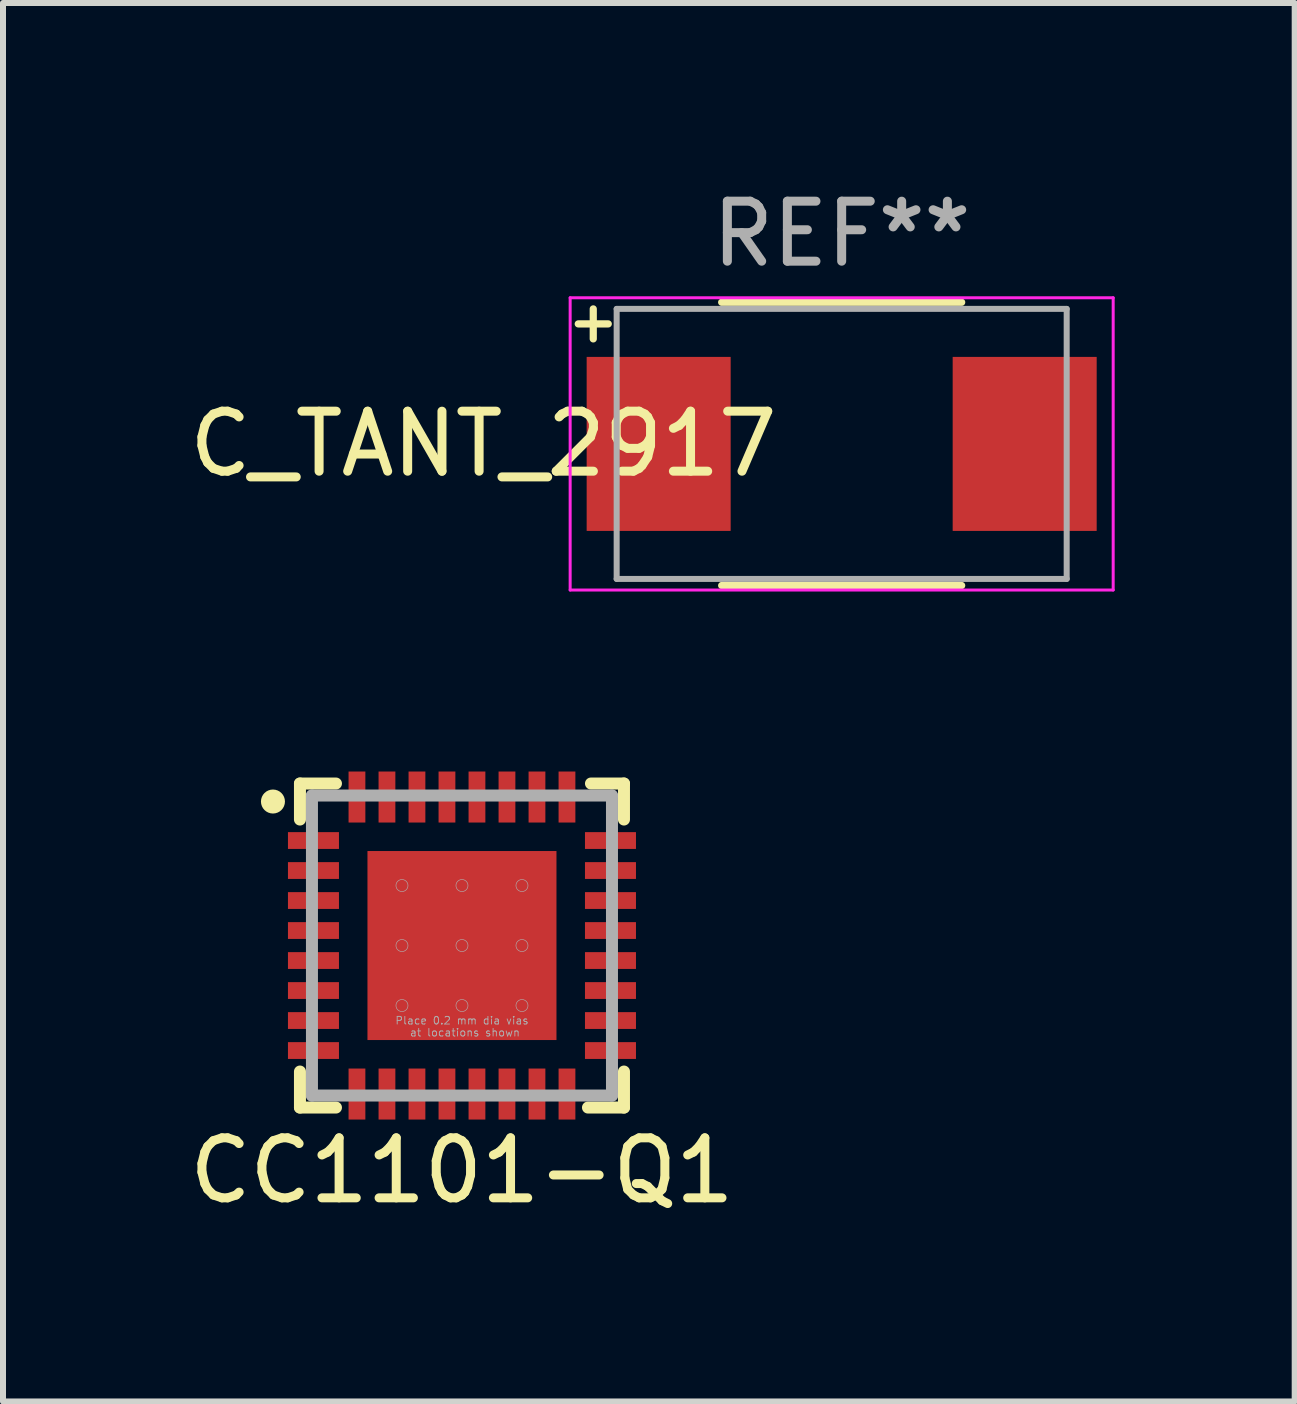
<source format=kicad_pcb>
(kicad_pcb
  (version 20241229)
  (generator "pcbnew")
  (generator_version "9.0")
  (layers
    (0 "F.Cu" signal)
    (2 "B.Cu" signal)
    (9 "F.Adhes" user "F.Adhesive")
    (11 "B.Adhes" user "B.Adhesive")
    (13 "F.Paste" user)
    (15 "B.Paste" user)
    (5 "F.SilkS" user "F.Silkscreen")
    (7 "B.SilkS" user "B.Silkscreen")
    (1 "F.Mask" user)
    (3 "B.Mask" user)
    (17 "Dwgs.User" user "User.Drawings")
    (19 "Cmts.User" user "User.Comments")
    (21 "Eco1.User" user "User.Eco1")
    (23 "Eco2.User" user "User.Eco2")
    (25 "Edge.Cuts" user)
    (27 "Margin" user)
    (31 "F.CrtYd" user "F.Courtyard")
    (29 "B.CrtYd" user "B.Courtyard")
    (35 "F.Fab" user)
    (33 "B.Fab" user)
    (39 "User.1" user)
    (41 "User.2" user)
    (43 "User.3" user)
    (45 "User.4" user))
  (footprint "CC1101-Q1"
    (layer "F.Cu")
    (at 4.649 12.708)
    (property "Reference" "CC1101-Q1" (at 0 3.75 0) (layer "F.SilkS") (effects (font (size 1 1) (thickness 0.15))))
    (attr through_hole)
    (fp_line (start -2.7 -2.7) (end -2.7 -2.1) (stroke (width 0.2) (type solid)) (layer "F.SilkS"))
    (fp_line (start -2.7 2.1) (end -2.7 2.7) (stroke (width 0.2) (type solid)) (layer "F.SilkS"))
    (fp_line (start -2.7 2.7) (end -2.1 2.7) (stroke (width 0.2) (type solid)) (layer "F.SilkS"))
    (fp_line (start -2.1 -2.7) (end -2.7 -2.7) (stroke (width 0.2) (type solid)) (layer "F.SilkS"))
    (fp_line (start 2.15 -2.7) (end 2.7 -2.7) (stroke (width 0.2) (type solid)) (layer "F.SilkS"))
    (fp_line (start 2.7 -2.7) (end 2.7 -2.1) (stroke (width 0.2) (type solid)) (layer "F.SilkS"))
    (fp_line (start 2.7 2.1) (end 2.7 2.7) (stroke (width 0.2) (type solid)) (layer "F.SilkS"))
    (fp_line (start 2.7 2.7) (end 2.1 2.7) (stroke (width 0.2) (type solid)) (layer "F.SilkS"))
    (fp_circle (center -3.15 -2.4) (end -3.05 -2.4) (stroke (width 0.2) (type solid)) (fill no) (layer "F.SilkS"))
    (fp_line (start -2.5 -2.5) (end 2.5 -2.5) (stroke (width 0.2) (type solid)) (layer "F.Fab"))
    (fp_line (start -2.5 2.5) (end -2.5 -2.5) (stroke (width 0.2) (type solid)) (layer "F.Fab"))
    (fp_line (start 2.5 -2.5) (end 2.5 2.5) (stroke (width 0.2) (type solid)) (layer "F.Fab"))
    (fp_line (start 2.5 2.5) (end -2.5 2.5) (stroke (width 0.2) (type solid)) (layer "F.Fab"))
    (fp_circle (center -1 -1) (end -0.9 -1) (stroke (width 0.01) (type solid)) (fill no) (layer "F.Fab"))
    (fp_circle (center -1 0) (end -0.9 0) (stroke (width 0.01) (type solid)) (fill no) (layer "F.Fab"))
    (fp_circle (center -1 1) (end -0.9 1) (stroke (width 0.01) (type solid)) (fill no) (layer "F.Fab"))
    (fp_circle (center 0 -1) (end 0.1 -1) (stroke (width 0.01) (type solid)) (fill no) (layer "F.Fab"))
    (fp_circle (center 0 0) (end 0.1 0) (stroke (width 0.01) (type solid)) (fill no) (layer "F.Fab"))
    (fp_circle (center 0 1) (end 0.1 1) (stroke (width 0.01) (type solid)) (fill no) (layer "F.Fab"))
    (fp_circle (center 1 -1) (end 1.1 -1) (stroke (width 0.01) (type solid)) (fill no) (layer "F.Fab"))
    (fp_circle (center 1 0) (end 1.1 0) (stroke (width 0.01) (type solid)) (fill no) (layer "F.Fab"))
    (fp_circle (center 1 1) (end 1.1 1) (stroke (width 0.01) (type solid)) (fill no) (layer "F.Fab"))
    (fp_text user "at locations shown" (at 0.05 1.45 0) (layer "F.Fab") (effects (font (size 0.127 0.127) (thickness 0.015))))
    (fp_text user "Place 0.2 mm dia vias" (at 0 1.25 0) (layer "F.Fab") (effects (font (size 0.127 0.127) (thickness 0.015))))
    (pad "1" smd rect (at -2.475 -1.75) (size 0.85 0.28) (layers "F.Cu" "F.Mask" "F.Paste"))
    (pad "2" smd rect (at -2.475 -1.25) (size 0.85 0.28) (layers "F.Cu" "F.Mask" "F.Paste"))
    (pad "3" smd rect (at -2.475 -0.75) (size 0.85 0.28) (layers "F.Cu" "F.Mask" "F.Paste"))
    (pad "4" smd rect (at -2.475 -0.25) (size 0.85 0.28) (layers "F.Cu" "F.Mask" "F.Paste"))
    (pad "5" smd rect (at -2.475 0.25) (size 0.85 0.28) (layers "F.Cu" "F.Mask" "F.Paste"))
    (pad "6" smd rect (at -2.475 0.75) (size 0.85 0.28) (layers "F.Cu" "F.Mask" "F.Paste"))
    (pad "7" smd rect (at -2.475 1.25) (size 0.85 0.28) (layers "F.Cu" "F.Mask" "F.Paste"))
    (pad "8" smd rect (at -2.475 1.75) (size 0.85 0.28) (layers "F.Cu" "F.Mask" "F.Paste"))
    (pad "9" smd rect (at -1.75 2.475) (size 0.28 0.85) (layers "F.Cu" "F.Mask" "F.Paste"))
    (pad "10" smd rect (at -1.25 2.475) (size 0.28 0.85) (layers "F.Cu" "F.Mask" "F.Paste"))
    (pad "11" smd rect (at -0.75 2.475) (size 0.28 0.85) (layers "F.Cu" "F.Mask" "F.Paste"))
    (pad "12" smd rect (at -0.25 2.475) (size 0.28 0.85) (layers "F.Cu" "F.Mask" "F.Paste"))
    (pad "13" smd rect (at 0.25 2.475) (size 0.28 0.85) (layers "F.Cu" "F.Mask" "F.Paste"))
    (pad "14" smd rect (at 0.75 2.475) (size 0.28 0.85) (layers "F.Cu" "F.Mask" "F.Paste"))
    (pad "15" smd rect (at 1.25 2.475) (size 0.28 0.85) (layers "F.Cu" "F.Mask" "F.Paste"))
    (pad "16" smd rect (at 1.75 2.475) (size 0.28 0.85) (layers "F.Cu" "F.Mask" "F.Paste"))
    (pad "17" smd rect (at 2.475 1.75) (size 0.85 0.28) (layers "F.Cu" "F.Mask" "F.Paste"))
    (pad "18" smd rect (at 2.475 1.25) (size 0.85 0.28) (layers "F.Cu" "F.Mask" "F.Paste"))
    (pad "19" smd rect (at 2.475 0.75) (size 0.85 0.28) (layers "F.Cu" "F.Mask" "F.Paste"))
    (pad "20" smd rect (at 2.475 0.25) (size 0.85 0.28) (layers "F.Cu" "F.Mask" "F.Paste"))
    (pad "21" smd rect (at 2.475 -0.25) (size 0.85 0.28) (layers "F.Cu" "F.Mask" "F.Paste"))
    (pad "22" smd rect (at 2.475 -0.75) (size 0.85 0.28) (layers "F.Cu" "F.Mask" "F.Paste"))
    (pad "23" smd rect (at 2.475 -1.25) (size 0.85 0.28) (layers "F.Cu" "F.Mask" "F.Paste"))
    (pad "24" smd rect (at 2.475 -1.75) (size 0.85 0.28) (layers "F.Cu" "F.Mask" "F.Paste"))
    (pad "25" smd rect (at 1.75 -2.475) (size 0.28 0.85) (layers "F.Cu" "F.Mask" "F.Paste"))
    (pad "26" smd rect (at 1.25 -2.475) (size 0.28 0.85) (layers "F.Cu" "F.Mask" "F.Paste"))
    (pad "27" smd rect (at 0.75 -2.475) (size 0.28 0.85) (layers "F.Cu" "F.Mask" "F.Paste"))
    (pad "28" smd rect (at 0.25 -2.475) (size 0.28 0.85) (layers "F.Cu" "F.Mask" "F.Paste"))
    (pad "29" smd rect (at -0.25 -2.475) (size 0.28 0.85) (layers "F.Cu" "F.Mask" "F.Paste"))
    (pad "30" smd rect (at -0.75 -2.475) (size 0.28 0.85) (layers "F.Cu" "F.Mask" "F.Paste"))
    (pad "31" smd rect (at -1.25 -2.475) (size 0.28 0.85) (layers "F.Cu" "F.Mask" "F.Paste"))
    (pad "32" smd rect (at -1.75 -2.475) (size 0.28 0.85) (layers "F.Cu" "F.Mask" "F.Paste"))
    (pad "33" smd rect (at -0.8 -0.8) (size 1.3 1.3) (layers "F.Cu" "F.Mask" "F.Paste"))
    (pad "33" smd rect (at -0.8 0.8) (size 1.3 1.3) (layers "F.Cu" "F.Mask" "F.Paste"))
    (pad "33" smd rect (at 0 0) (size 3.15 3.15) (layers "F.Cu" "F.Mask" "F.Paste"))
    (pad "33" smd rect (at 0.8 -0.8) (size 1.3 1.3) (layers "F.Cu" "F.Mask" "F.Paste"))
    (pad "33" smd rect (at 0.8 0.8) (size 1.3 1.3) (layers "F.Cu" "F.Mask" "F.Paste")))
  (footprint "C_TANT_2917"
    (layer "F.Cu")
    (at 10.977 4.348)
    (property "Reference" "C_TANT_2917" (at -5.971 0 0) (layer "F.SilkS") (effects (font (size 1 1) (thickness 0.15))))
    (attr through_hole)
    (fp_line (start -4.14 -2.25) (end -4.14 -1.75) (stroke (width 0.12) (type solid)) (layer "F.SilkS"))
    (fp_line (start -3.89 -2) (end -4.39 -2) (stroke (width 0.12) (type solid)) (layer "F.SilkS"))
    (fp_line (start -2 -2.36) (end 2 -2.36) (stroke (width 0.12) (type solid)) (layer "F.SilkS"))
    (fp_line (start -2 2.36) (end 2 2.36) (stroke (width 0.12) (type solid)) (layer "F.SilkS"))
    (fp_line (start -4.525 -2.435) (end -4.525 2.435) (stroke (width 0.05) (type solid)) (layer "F.CrtYd"))
    (fp_line (start -4.525 2.435) (end 4.525 2.435) (stroke (width 0.05) (type solid)) (layer "F.CrtYd"))
    (fp_line (start 4.525 -2.435) (end -4.525 -2.435) (stroke (width 0.05) (type solid)) (layer "F.CrtYd"))
    (fp_line (start 4.525 2.435) (end 4.525 -2.435) (stroke (width 0.05) (type solid)) (layer "F.CrtYd"))
    (fp_line (start -3.75 -2.25) (end -3.75 2.25) (stroke (width 0.1) (type solid)) (layer "F.Fab"))
    (fp_line (start -3.75 2.25) (end 3.75 2.25) (stroke (width 0.1) (type solid)) (layer "F.Fab"))
    (fp_line (start 3.75 -2.25) (end -3.75 -2.25) (stroke (width 0.1) (type solid)) (layer "F.Fab"))
    (fp_line (start 3.75 2.25) (end 3.75 -2.25) (stroke (width 0.1) (type solid)) (layer "F.Fab"))
    (fp_text user "REF**" (at 0 -3.5 0) (layer "F.Fab") (effects (font (size 1 1) (thickness 0.15))))
    (pad "1" smd rect (at -3.05 0) (size 2.4 2.9) (layers "F.Cu" "F.Mask" "F.Paste"))
    (pad "2" smd rect (at 3.05 0) (size 2.4 2.9) (layers "F.Cu" "F.Mask" "F.Paste")))
  (gr_rect
    (start -3 -3)
    (end 18.527 20.306)
    (stroke (width 0.1) (type default))
    (fill no)
    (layer "Edge.Cuts")))
</source>
